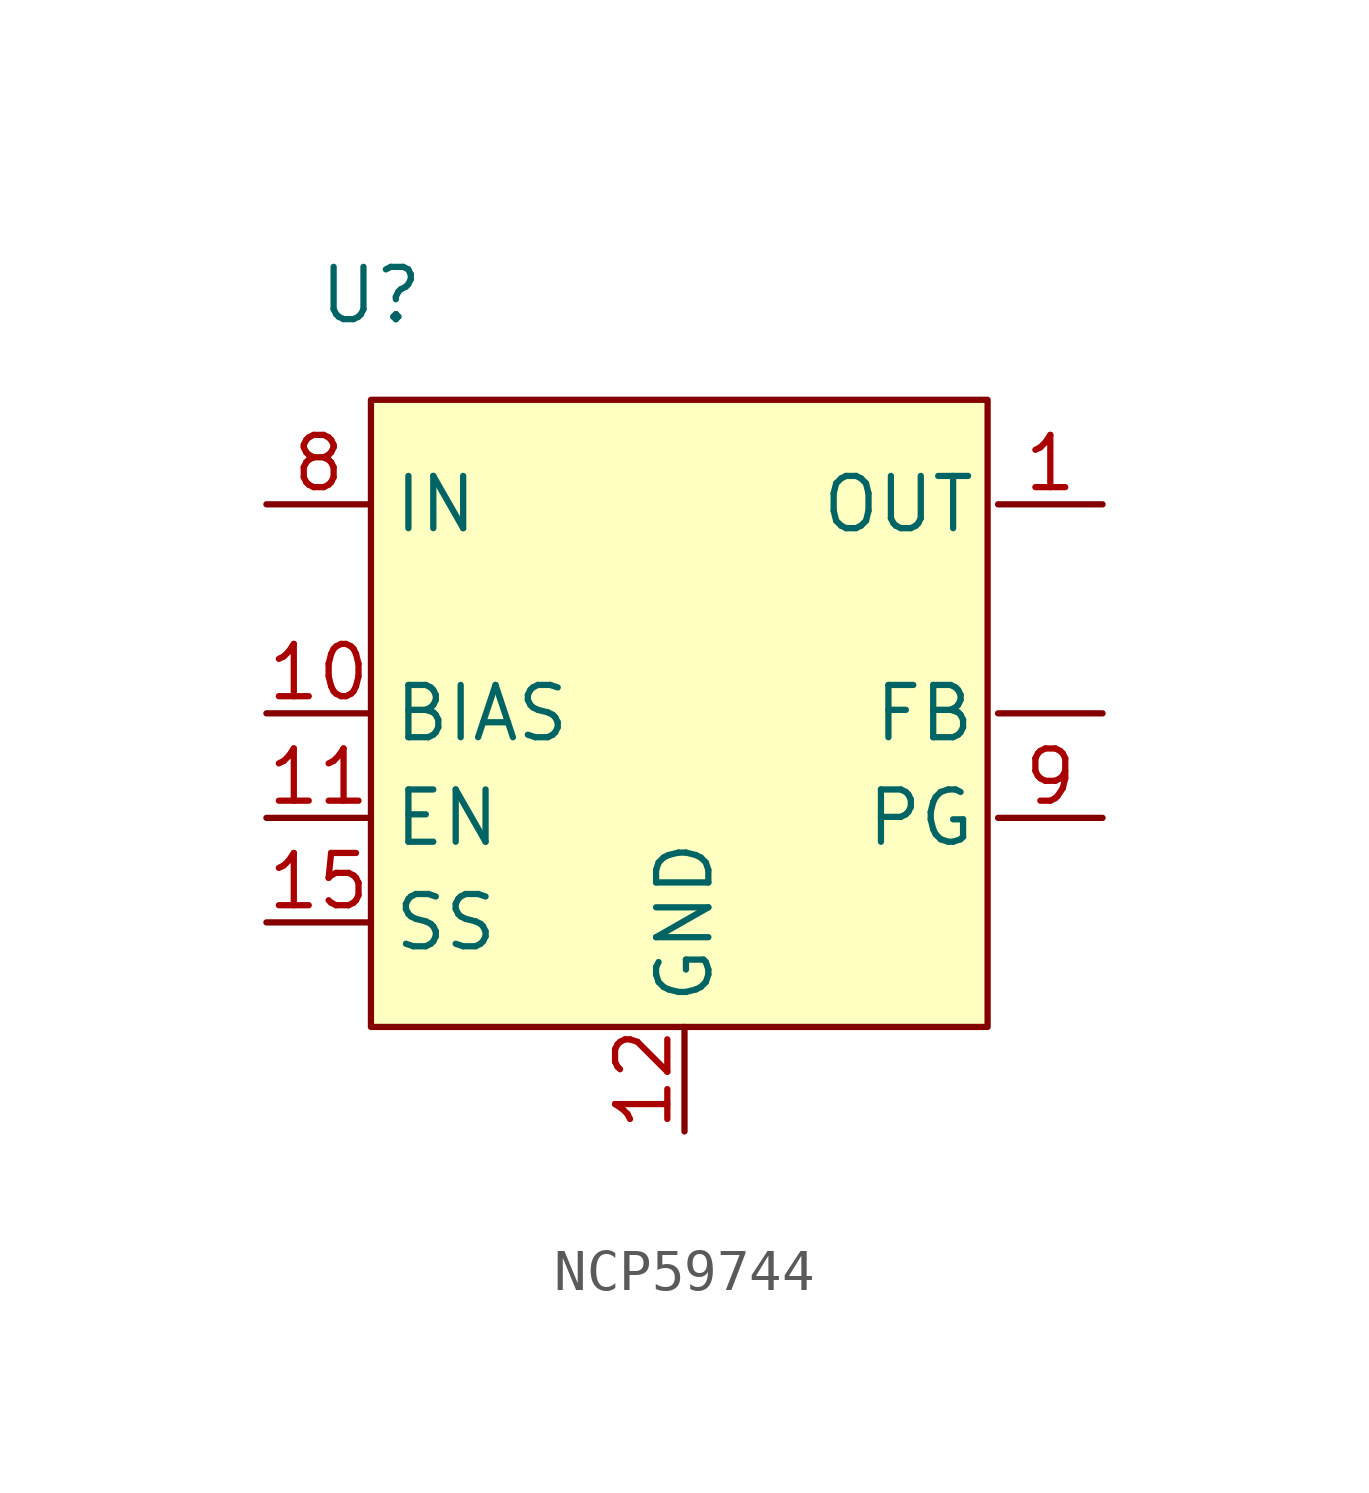
<source format=kicad_sym>
(kicad_symbol_lib
  (version 20231120)
  (generator "kicad_symbol_editor")
  (generator_version "8.0")
  (symbol "NCP59744"
    (property "Reference" "U"
      (at -7.62 7.62 0)
      (effects (font (size 1.27 1.27))))
    (property "Value" ""
      (at 0 0 0)
      (effects (font (size 1.27 1.27))))
    (symbol "NCP59744_1_1"
      (rectangle (start -7.62 5.08) (end 7.366 -10.16) (stroke (width 0) (type default)) (fill (type color) (color 255 255 194 1)))
      (pin input line (at 10.16 -2.54 180) (length 2.54) (name "FB" (effects (font (size 1.27 1.27)))) (number "" (effects (font (size 1.27 1.27)))))
      (pin power_out line (at 10.16 2.54 180) (length 2.54) (name "OUT" (effects (font (size 1.27 1.27)))) (number "1" (effects (font (size 1.27 1.27)))))
      (pin output line (at -10.16 -2.54 0) (length 2.54) (name "BIAS" (effects (font (size 1.27 1.27)))) (number "10" (effects (font (size 1.27 1.27)))))
      (pin power_in line (at -10.16 -5.08 0) (length 2.54) (name "EN" (effects (font (size 1.27 1.27)))) (number "11" (effects (font (size 1.27 1.27)))))
      (pin input line (at 0 -12.7 90) (length 2.54) (name "GND" (effects (font (size 1.27 1.27)))) (number "12" (effects (font (size 1.27 1.27)))))
      (pin input line (at -10.16 -7.62 0) (length 2.54) (name "SS" (effects (font (size 1.27 1.27)))) (number "15" (effects (font (size 1.27 1.27)))))
      (pin power_out line (at 10.16 2.54 180) (length 2.54) hide (name "OUT" (effects (font (size 1.27 1.27)))) (number "18" (effects (font (size 1.27 1.27)))))
      (pin power_out line (at 10.16 2.54 180) (length 2.54) hide (name "OUT" (effects (font (size 1.27 1.27)))) (number "19" (effects (font (size 1.27 1.27)))))
      (pin power_out line (at 10.16 2.54 180) (length 2.54) hide (name "OUT" (effects (font (size 1.27 1.27)))) (number "20" (effects (font (size 1.27 1.27)))))
      (pin power_in line (at -10.16 2.54 0) (length 2.54) hide (name "IN" (effects (font (size 1.27 1.27)))) (number "5" (effects (font (size 1.27 1.27)))))
      (pin power_in line (at -10.16 2.54 0) (length 2.54) hide (name "IN" (effects (font (size 1.27 1.27)))) (number "6" (effects (font (size 1.27 1.27)))))
      (pin power_in line (at -10.16 2.54 0) (length 2.54) hide (name "IN" (effects (font (size 1.27 1.27)))) (number "7" (effects (font (size 1.27 1.27)))))
      (pin power_in line (at -10.16 2.54 0) (length 2.54) (name "IN" (effects (font (size 1.27 1.27)))) (number "8" (effects (font (size 1.27 1.27)))))
      (pin input line (at 10.16 -5.08 180) (length 2.54) (name "PG" (effects (font (size 1.27 1.27)))) (number "9" (effects (font (size 1.27 1.27))))))))
</source>
